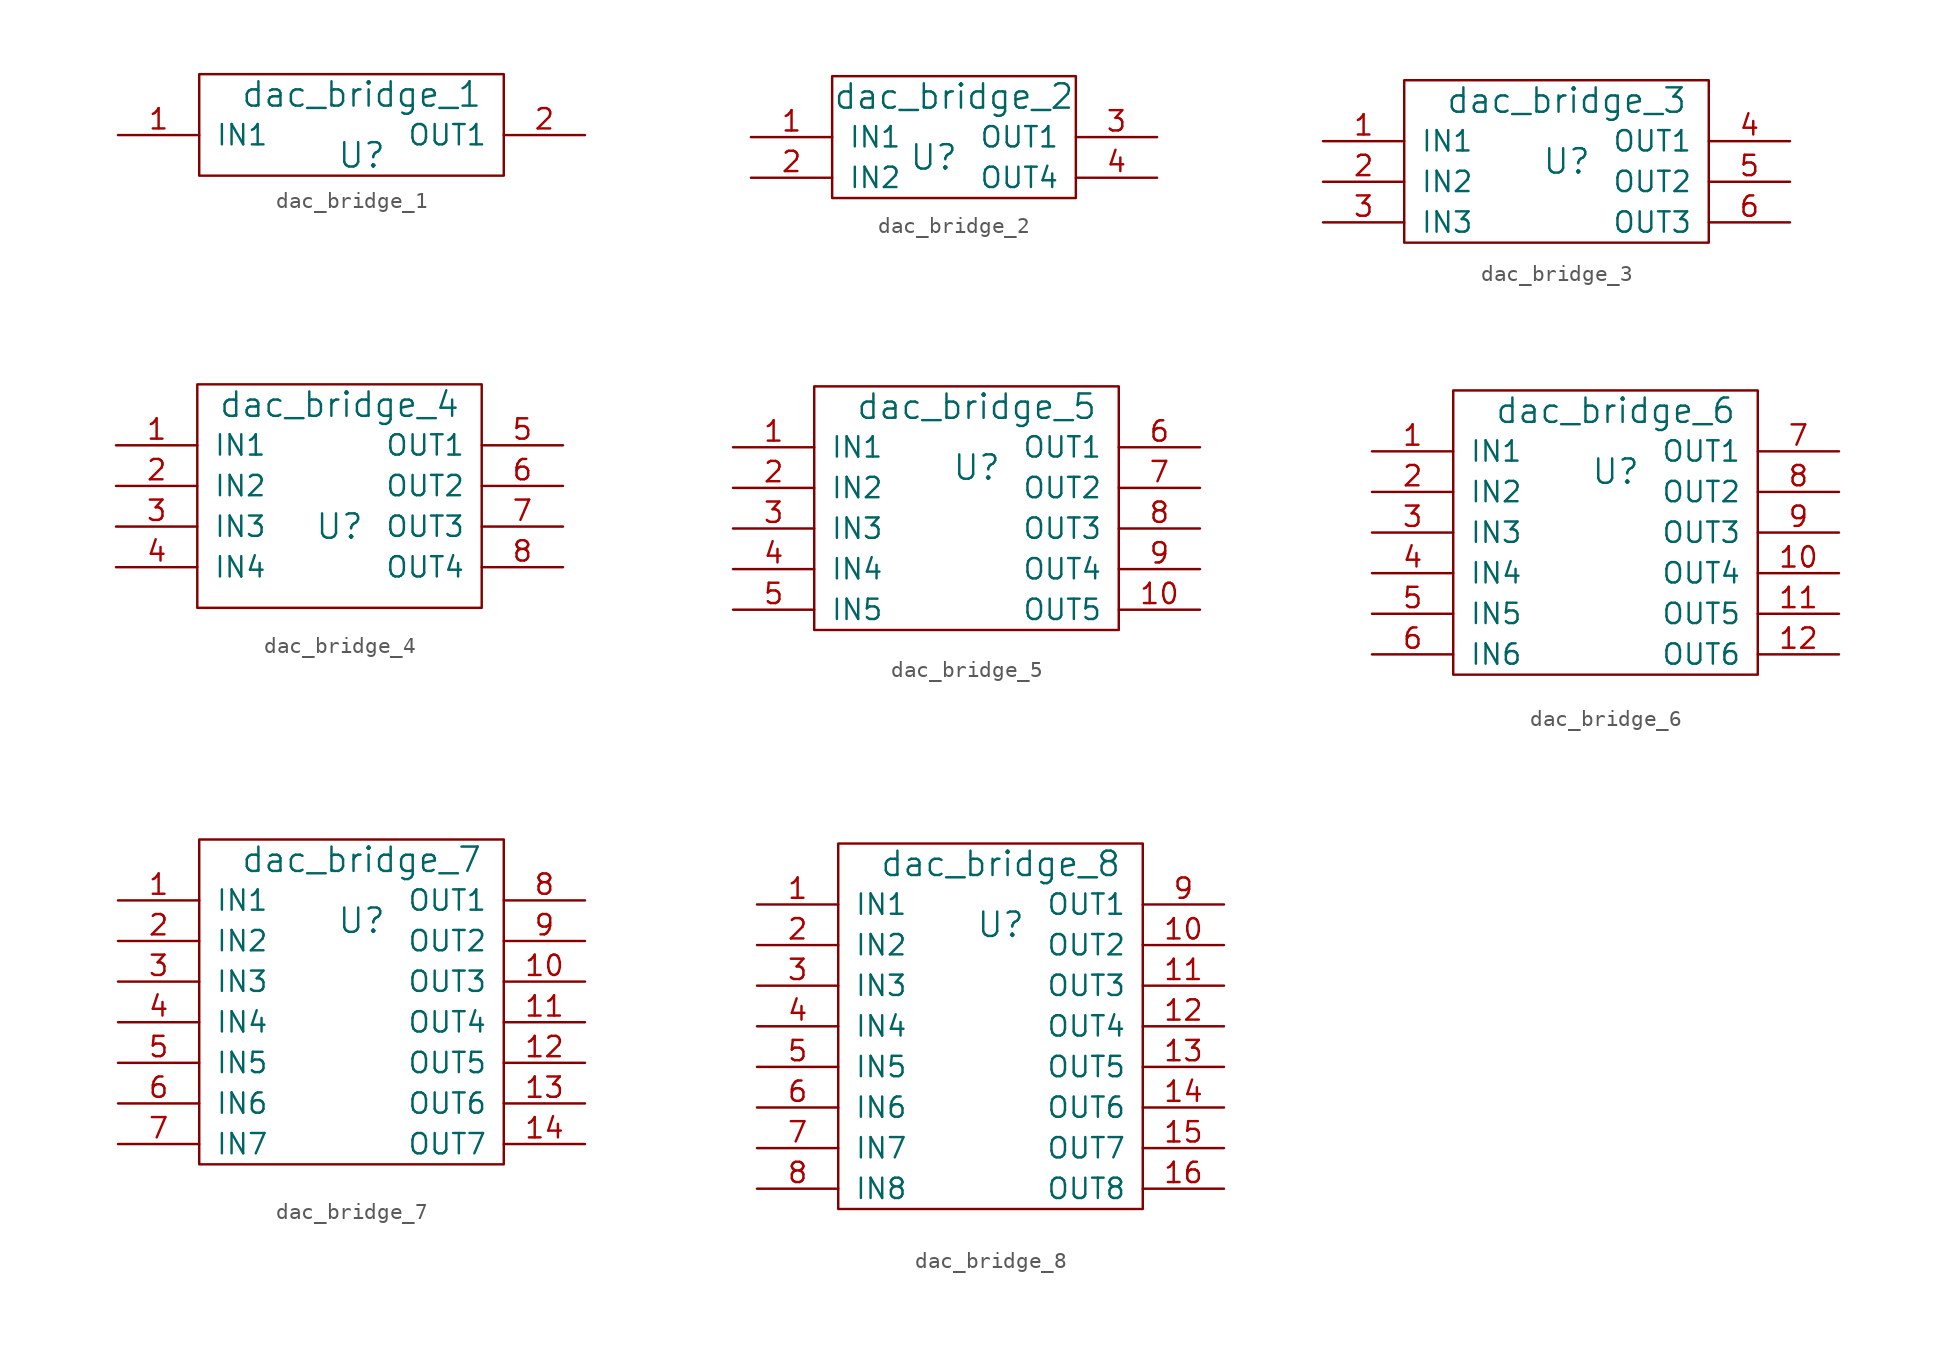
<source format=kicad_sym>
(kicad_symbol_lib
  (version 20211014)
  (generator kicad_symbol_editor)
  (symbol "dac_bridge_1"
    (pin_names
      (offset 1.016))
    (property "Reference" "U"
      (at 0 0 0)
      (effects (font (size 1.524 1.524))))
    (property "Value" "dac_bridge_1"
      (at 0 3.81 0)
      (effects (font (size 1.524 1.524))))
    (property "Footprint" ""
      (at 0 0 0)
      (effects (font (size 1.524 1.524))))
    (property "Datasheet" ""
      (at 0 0 0)
      (effects (font (size 1.524 1.524))))
    (symbol "dac_bridge_1_0_1"
      (rectangle (start -10.16 5.08) (end 8.89 -1.27) (stroke (width 0) (type default) (color 0 0 0 0)) (fill (type none))))
    (symbol "dac_bridge_1_1_1"
      (pin input line (at -15.24 1.27 0) (length 5.08) (name "IN1" (effects (font (size 1.27 1.27)))) (number "1" (effects (font (size 1.27 1.27)))))
      (pin output line (at 13.97 1.27 180) (length 5.08) (name "OUT1" (effects (font (size 1.27 1.27)))) (number "2" (effects (font (size 1.27 1.27)))))))
  (symbol "dac_bridge_2"
    (pin_names
      (offset 1.016))
    (property "Reference" "U"
      (at 0 0 0)
      (effects (font (size 1.524 1.524))))
    (property "Value" "dac_bridge_2"
      (at 1.27 3.81 0)
      (effects (font (size 1.524 1.524))))
    (property "Footprint" ""
      (at 0 0 0)
      (effects (font (size 1.524 1.524))))
    (property "Datasheet" ""
      (at 0 0 0)
      (effects (font (size 1.524 1.524))))
    (symbol "dac_bridge_2_0_1"
      (rectangle (start -6.35 5.08) (end 8.89 -2.54) (stroke (width 0) (type default) (color 0 0 0 0)) (fill (type none))))
    (symbol "dac_bridge_2_1_1"
      (pin input line (at -11.43 1.27 0) (length 5.08) (name "IN1" (effects (font (size 1.27 1.27)))) (number "1" (effects (font (size 1.27 1.27)))))
      (pin input line (at -11.43 -1.27 0) (length 5.08) (name "IN2" (effects (font (size 1.27 1.27)))) (number "2" (effects (font (size 1.27 1.27)))))
      (pin output line (at 13.97 1.27 180) (length 5.08) (name "OUT1" (effects (font (size 1.27 1.27)))) (number "3" (effects (font (size 1.27 1.27)))))
      (pin output line (at 13.97 -1.27 180) (length 5.08) (name "OUT4" (effects (font (size 1.27 1.27)))) (number "4" (effects (font (size 1.27 1.27)))))))
  (symbol "dac_bridge_3"
    (pin_names
      (offset 1.016))
    (property "Reference" "U"
      (at 0 0 0)
      (effects (font (size 1.524 1.524))))
    (property "Value" "dac_bridge_3"
      (at 0 3.81 0)
      (effects (font (size 1.524 1.524))))
    (property "Footprint" ""
      (at 0 0 0)
      (effects (font (size 1.524 1.524))))
    (property "Datasheet" ""
      (at 0 0 0)
      (effects (font (size 1.524 1.524))))
    (symbol "dac_bridge_3_0_1"
      (rectangle (start -10.16 5.08) (end 8.89 -5.08) (stroke (width 0) (type default) (color 0 0 0 0)) (fill (type none))))
    (symbol "dac_bridge_3_1_1"
      (pin input line (at -15.24 1.27 0) (length 5.08) (name "IN1" (effects (font (size 1.27 1.27)))) (number "1" (effects (font (size 1.27 1.27)))))
      (pin input line (at -15.24 -1.27 0) (length 5.08) (name "IN2" (effects (font (size 1.27 1.27)))) (number "2" (effects (font (size 1.27 1.27)))))
      (pin input line (at -15.24 -3.81 0) (length 5.08) (name "IN3" (effects (font (size 1.27 1.27)))) (number "3" (effects (font (size 1.27 1.27)))))
      (pin output line (at 13.97 1.27 180) (length 5.08) (name "OUT1" (effects (font (size 1.27 1.27)))) (number "4" (effects (font (size 1.27 1.27)))))
      (pin output line (at 13.97 -1.27 180) (length 5.08) (name "OUT2" (effects (font (size 1.27 1.27)))) (number "5" (effects (font (size 1.27 1.27)))))
      (pin output line (at 13.97 -3.81 180) (length 5.08) (name "OUT3" (effects (font (size 1.27 1.27)))) (number "6" (effects (font (size 1.27 1.27)))))))
  (symbol "dac_bridge_4"
    (pin_names
      (offset 1.016))
    (property "Reference" "U"
      (at 0 0 0)
      (effects (font (size 1.524 1.524))))
    (property "Value" "dac_bridge_4"
      (at 0 7.62 0)
      (effects (font (size 1.524 1.524))))
    (property "Footprint" ""
      (at 0 0 0)
      (effects (font (size 1.524 1.524))))
    (property "Datasheet" ""
      (at 0 0 0)
      (effects (font (size 1.524 1.524))))
    (symbol "dac_bridge_4_0_1"
      (rectangle (start -8.89 8.89) (end 8.89 -5.08) (stroke (width 0) (type default) (color 0 0 0 0)) (fill (type none))))
    (symbol "dac_bridge_4_1_1"
      (pin input line (at -13.97 5.08 0) (length 5.08) (name "IN1" (effects (font (size 1.27 1.27)))) (number "1" (effects (font (size 1.27 1.27)))))
      (pin input line (at -13.97 2.54 0) (length 5.08) (name "IN2" (effects (font (size 1.27 1.27)))) (number "2" (effects (font (size 1.27 1.27)))))
      (pin input line (at -13.97 0 0) (length 5.08) (name "IN3" (effects (font (size 1.27 1.27)))) (number "3" (effects (font (size 1.27 1.27)))))
      (pin input line (at -13.97 -2.54 0) (length 5.08) (name "IN4" (effects (font (size 1.27 1.27)))) (number "4" (effects (font (size 1.27 1.27)))))
      (pin output line (at 13.97 5.08 180) (length 5.08) (name "OUT1" (effects (font (size 1.27 1.27)))) (number "5" (effects (font (size 1.27 1.27)))))
      (pin output line (at 13.97 2.54 180) (length 5.08) (name "OUT2" (effects (font (size 1.27 1.27)))) (number "6" (effects (font (size 1.27 1.27)))))
      (pin output line (at 13.97 0 180) (length 5.08) (name "OUT3" (effects (font (size 1.27 1.27)))) (number "7" (effects (font (size 1.27 1.27)))))
      (pin output line (at 13.97 -2.54 180) (length 5.08) (name "OUT4" (effects (font (size 1.27 1.27)))) (number "8" (effects (font (size 1.27 1.27)))))))
  (symbol "dac_bridge_5"
    (pin_names
      (offset 1.016))
    (property "Reference" "U"
      (at 0 0 0)
      (effects (font (size 1.524 1.524))))
    (property "Value" "dac_bridge_5"
      (at 0 3.81 0)
      (effects (font (size 1.524 1.524))))
    (property "Footprint" ""
      (at 0 0 0)
      (effects (font (size 1.524 1.524))))
    (property "Datasheet" ""
      (at 0 0 0)
      (effects (font (size 1.524 1.524))))
    (symbol "dac_bridge_5_0_1"
      (rectangle (start -10.16 5.08) (end 8.89 -10.16) (stroke (width 0) (type default) (color 0 0 0 0)) (fill (type none))))
    (symbol "dac_bridge_5_1_1"
      (pin input line (at -15.24 1.27 0) (length 5.08) (name "IN1" (effects (font (size 1.27 1.27)))) (number "1" (effects (font (size 1.27 1.27)))))
      (pin output line (at 13.97 -8.89 180) (length 5.08) (name "OUT5" (effects (font (size 1.27 1.27)))) (number "10" (effects (font (size 1.27 1.27)))))
      (pin input line (at -15.24 -1.27 0) (length 5.08) (name "IN2" (effects (font (size 1.27 1.27)))) (number "2" (effects (font (size 1.27 1.27)))))
      (pin input line (at -15.24 -3.81 0) (length 5.08) (name "IN3" (effects (font (size 1.27 1.27)))) (number "3" (effects (font (size 1.27 1.27)))))
      (pin input line (at -15.24 -6.35 0) (length 5.08) (name "IN4" (effects (font (size 1.27 1.27)))) (number "4" (effects (font (size 1.27 1.27)))))
      (pin input line (at -15.24 -8.89 0) (length 5.08) (name "IN5" (effects (font (size 1.27 1.27)))) (number "5" (effects (font (size 1.27 1.27)))))
      (pin output line (at 13.97 1.27 180) (length 5.08) (name "OUT1" (effects (font (size 1.27 1.27)))) (number "6" (effects (font (size 1.27 1.27)))))
      (pin output line (at 13.97 -1.27 180) (length 5.08) (name "OUT2" (effects (font (size 1.27 1.27)))) (number "7" (effects (font (size 1.27 1.27)))))
      (pin output line (at 13.97 -3.81 180) (length 5.08) (name "OUT3" (effects (font (size 1.27 1.27)))) (number "8" (effects (font (size 1.27 1.27)))))
      (pin output line (at 13.97 -6.35 180) (length 5.08) (name "OUT4" (effects (font (size 1.27 1.27)))) (number "9" (effects (font (size 1.27 1.27)))))))
  (symbol "dac_bridge_6"
    (pin_names
      (offset 1.016))
    (property "Reference" "U"
      (at 0 0 0)
      (effects (font (size 1.524 1.524))))
    (property "Value" "dac_bridge_6"
      (at 0 3.81 0)
      (effects (font (size 1.524 1.524))))
    (property "Footprint" ""
      (at 0 0 0)
      (effects (font (size 1.524 1.524))))
    (property "Datasheet" ""
      (at 0 0 0)
      (effects (font (size 1.524 1.524))))
    (symbol "dac_bridge_6_0_1"
      (rectangle (start -10.16 5.08) (end 8.89 -12.7) (stroke (width 0) (type default) (color 0 0 0 0)) (fill (type none))))
    (symbol "dac_bridge_6_1_1"
      (pin input line (at -15.24 1.27 0) (length 5.08) (name "IN1" (effects (font (size 1.27 1.27)))) (number "1" (effects (font (size 1.27 1.27)))))
      (pin output line (at 13.97 -6.35 180) (length 5.08) (name "OUT4" (effects (font (size 1.27 1.27)))) (number "10" (effects (font (size 1.27 1.27)))))
      (pin output line (at 13.97 -8.89 180) (length 5.08) (name "OUT5" (effects (font (size 1.27 1.27)))) (number "11" (effects (font (size 1.27 1.27)))))
      (pin output line (at 13.97 -11.43 180) (length 5.08) (name "OUT6" (effects (font (size 1.27 1.27)))) (number "12" (effects (font (size 1.27 1.27)))))
      (pin input line (at -15.24 -1.27 0) (length 5.08) (name "IN2" (effects (font (size 1.27 1.27)))) (number "2" (effects (font (size 1.27 1.27)))))
      (pin input line (at -15.24 -3.81 0) (length 5.08) (name "IN3" (effects (font (size 1.27 1.27)))) (number "3" (effects (font (size 1.27 1.27)))))
      (pin input line (at -15.24 -6.35 0) (length 5.08) (name "IN4" (effects (font (size 1.27 1.27)))) (number "4" (effects (font (size 1.27 1.27)))))
      (pin input line (at -15.24 -8.89 0) (length 5.08) (name "IN5" (effects (font (size 1.27 1.27)))) (number "5" (effects (font (size 1.27 1.27)))))
      (pin input line (at -15.24 -11.43 0) (length 5.08) (name "IN6" (effects (font (size 1.27 1.27)))) (number "6" (effects (font (size 1.27 1.27)))))
      (pin output line (at 13.97 1.27 180) (length 5.08) (name "OUT1" (effects (font (size 1.27 1.27)))) (number "7" (effects (font (size 1.27 1.27)))))
      (pin output line (at 13.97 -1.27 180) (length 5.08) (name "OUT2" (effects (font (size 1.27 1.27)))) (number "8" (effects (font (size 1.27 1.27)))))
      (pin output line (at 13.97 -3.81 180) (length 5.08) (name "OUT3" (effects (font (size 1.27 1.27)))) (number "9" (effects (font (size 1.27 1.27)))))))
  (symbol "dac_bridge_7"
    (pin_names
      (offset 1.016))
    (property "Reference" "U"
      (at 0 0 0)
      (effects (font (size 1.524 1.524))))
    (property "Value" "dac_bridge_7"
      (at 0 3.81 0)
      (effects (font (size 1.524 1.524))))
    (property "Footprint" ""
      (at 0 0 0)
      (effects (font (size 1.524 1.524))))
    (property "Datasheet" ""
      (at 0 0 0)
      (effects (font (size 1.524 1.524))))
    (symbol "dac_bridge_7_0_1"
      (rectangle (start -10.16 5.08) (end 8.89 -15.24) (stroke (width 0) (type default) (color 0 0 0 0)) (fill (type none))))
    (symbol "dac_bridge_7_1_1"
      (pin input line (at -15.24 1.27 0) (length 5.08) (name "IN1" (effects (font (size 1.27 1.27)))) (number "1" (effects (font (size 1.27 1.27)))))
      (pin output line (at 13.97 -3.81 180) (length 5.08) (name "OUT3" (effects (font (size 1.27 1.27)))) (number "10" (effects (font (size 1.27 1.27)))))
      (pin output line (at 13.97 -6.35 180) (length 5.08) (name "OUT4" (effects (font (size 1.27 1.27)))) (number "11" (effects (font (size 1.27 1.27)))))
      (pin output line (at 13.97 -8.89 180) (length 5.08) (name "OUT5" (effects (font (size 1.27 1.27)))) (number "12" (effects (font (size 1.27 1.27)))))
      (pin output line (at 13.97 -11.43 180) (length 5.08) (name "OUT6" (effects (font (size 1.27 1.27)))) (number "13" (effects (font (size 1.27 1.27)))))
      (pin output line (at 13.97 -13.97 180) (length 5.08) (name "OUT7" (effects (font (size 1.27 1.27)))) (number "14" (effects (font (size 1.27 1.27)))))
      (pin input line (at -15.24 -1.27 0) (length 5.08) (name "IN2" (effects (font (size 1.27 1.27)))) (number "2" (effects (font (size 1.27 1.27)))))
      (pin input line (at -15.24 -3.81 0) (length 5.08) (name "IN3" (effects (font (size 1.27 1.27)))) (number "3" (effects (font (size 1.27 1.27)))))
      (pin input line (at -15.24 -6.35 0) (length 5.08) (name "IN4" (effects (font (size 1.27 1.27)))) (number "4" (effects (font (size 1.27 1.27)))))
      (pin input line (at -15.24 -8.89 0) (length 5.08) (name "IN5" (effects (font (size 1.27 1.27)))) (number "5" (effects (font (size 1.27 1.27)))))
      (pin input line (at -15.24 -11.43 0) (length 5.08) (name "IN6" (effects (font (size 1.27 1.27)))) (number "6" (effects (font (size 1.27 1.27)))))
      (pin input line (at -15.24 -13.97 0) (length 5.08) (name "IN7" (effects (font (size 1.27 1.27)))) (number "7" (effects (font (size 1.27 1.27)))))
      (pin output line (at 13.97 1.27 180) (length 5.08) (name "OUT1" (effects (font (size 1.27 1.27)))) (number "8" (effects (font (size 1.27 1.27)))))
      (pin output line (at 13.97 -1.27 180) (length 5.08) (name "OUT2" (effects (font (size 1.27 1.27)))) (number "9" (effects (font (size 1.27 1.27)))))))
  (symbol "dac_bridge_8"
    (pin_names
      (offset 1.016))
    (property "Reference" "U"
      (at 0 0 0)
      (effects (font (size 1.524 1.524))))
    (property "Value" "dac_bridge_8"
      (at 0 3.81 0)
      (effects (font (size 1.524 1.524))))
    (property "Footprint" ""
      (at 0 0 0)
      (effects (font (size 1.524 1.524))))
    (property "Datasheet" ""
      (at 0 0 0)
      (effects (font (size 1.524 1.524))))
    (symbol "dac_bridge_8_0_1"
      (rectangle (start -10.16 5.08) (end 8.89 -17.78) (stroke (width 0) (type default) (color 0 0 0 0)) (fill (type none))))
    (symbol "dac_bridge_8_1_1"
      (pin input line (at -15.24 1.27 0) (length 5.08) (name "IN1" (effects (font (size 1.27 1.27)))) (number "1" (effects (font (size 1.27 1.27)))))
      (pin output line (at 13.97 -1.27 180) (length 5.08) (name "OUT2" (effects (font (size 1.27 1.27)))) (number "10" (effects (font (size 1.27 1.27)))))
      (pin output line (at 13.97 -3.81 180) (length 5.08) (name "OUT3" (effects (font (size 1.27 1.27)))) (number "11" (effects (font (size 1.27 1.27)))))
      (pin output line (at 13.97 -6.35 180) (length 5.08) (name "OUT4" (effects (font (size 1.27 1.27)))) (number "12" (effects (font (size 1.27 1.27)))))
      (pin output line (at 13.97 -8.89 180) (length 5.08) (name "OUT5" (effects (font (size 1.27 1.27)))) (number "13" (effects (font (size 1.27 1.27)))))
      (pin output line (at 13.97 -11.43 180) (length 5.08) (name "OUT6" (effects (font (size 1.27 1.27)))) (number "14" (effects (font (size 1.27 1.27)))))
      (pin output line (at 13.97 -13.97 180) (length 5.08) (name "OUT7" (effects (font (size 1.27 1.27)))) (number "15" (effects (font (size 1.27 1.27)))))
      (pin output line (at 13.97 -16.51 180) (length 5.08) (name "OUT8" (effects (font (size 1.27 1.27)))) (number "16" (effects (font (size 1.27 1.27)))))
      (pin input line (at -15.24 -1.27 0) (length 5.08) (name "IN2" (effects (font (size 1.27 1.27)))) (number "2" (effects (font (size 1.27 1.27)))))
      (pin input line (at -15.24 -3.81 0) (length 5.08) (name "IN3" (effects (font (size 1.27 1.27)))) (number "3" (effects (font (size 1.27 1.27)))))
      (pin input line (at -15.24 -6.35 0) (length 5.08) (name "IN4" (effects (font (size 1.27 1.27)))) (number "4" (effects (font (size 1.27 1.27)))))
      (pin input line (at -15.24 -8.89 0) (length 5.08) (name "IN5" (effects (font (size 1.27 1.27)))) (number "5" (effects (font (size 1.27 1.27)))))
      (pin input line (at -15.24 -11.43 0) (length 5.08) (name "IN6" (effects (font (size 1.27 1.27)))) (number "6" (effects (font (size 1.27 1.27)))))
      (pin input line (at -15.24 -13.97 0) (length 5.08) (name "IN7" (effects (font (size 1.27 1.27)))) (number "7" (effects (font (size 1.27 1.27)))))
      (pin input line (at -15.24 -16.51 0) (length 5.08) (name "IN8" (effects (font (size 1.27 1.27)))) (number "8" (effects (font (size 1.27 1.27)))))
      (pin output line (at 13.97 1.27 180) (length 5.08) (name "OUT1" (effects (font (size 1.27 1.27)))) (number "9" (effects (font (size 1.27 1.27))))))))
</source>
